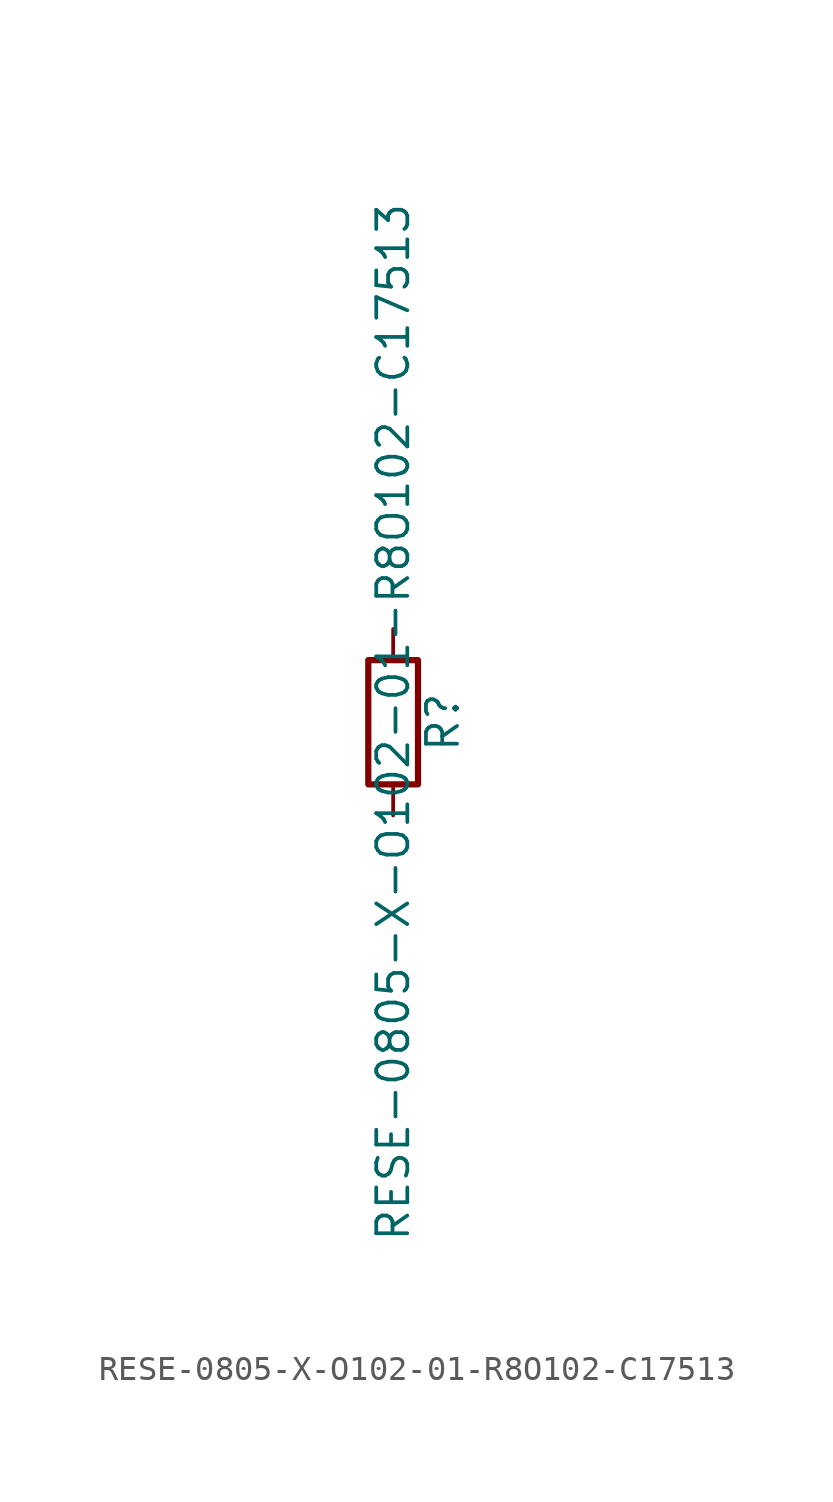
<source format=kicad_sym>
(kicad_symbol_lib
  (version 20211014)
  (generator kicad_symbol_editor)
  (symbol "RESE-0805-X-O102-01-R8O102-C17513"
    (pin_numbers hide)
    (pin_names
      (offset 0))
    (property "Reference" "R"
      (at 2.032 0 90)
      (effects (font (size 1.27 1.27))))
    (property "Value" "RESE-0805-X-O102-01-R8O102-C17513"
      (at 0 0 90)
      (effects (font (size 1.27 1.27))))
    (symbol "RESE-0805-X-O102-01-R8O102-C17513_0_1"
      (rectangle (start -1.016 -2.54) (end 1.016 2.54) (stroke (width 0.254) (type default) (color 0 0 0 0)) (fill (type none))))
    (symbol "RESE-0805-X-O102-01-R8O102-C17513_1_1"
      (pin passive line (at 0 3.81 270) (length 1.27) (name "~" (effects (font (size 1.27 1.27)))) (number "1" (effects (font (size 1.27 1.27)))))
      (pin passive line (at 0 -3.81 90) (length 1.27) (name "~" (effects (font (size 1.27 1.27)))) (number "2" (effects (font (size 1.27 1.27))))))))
</source>
